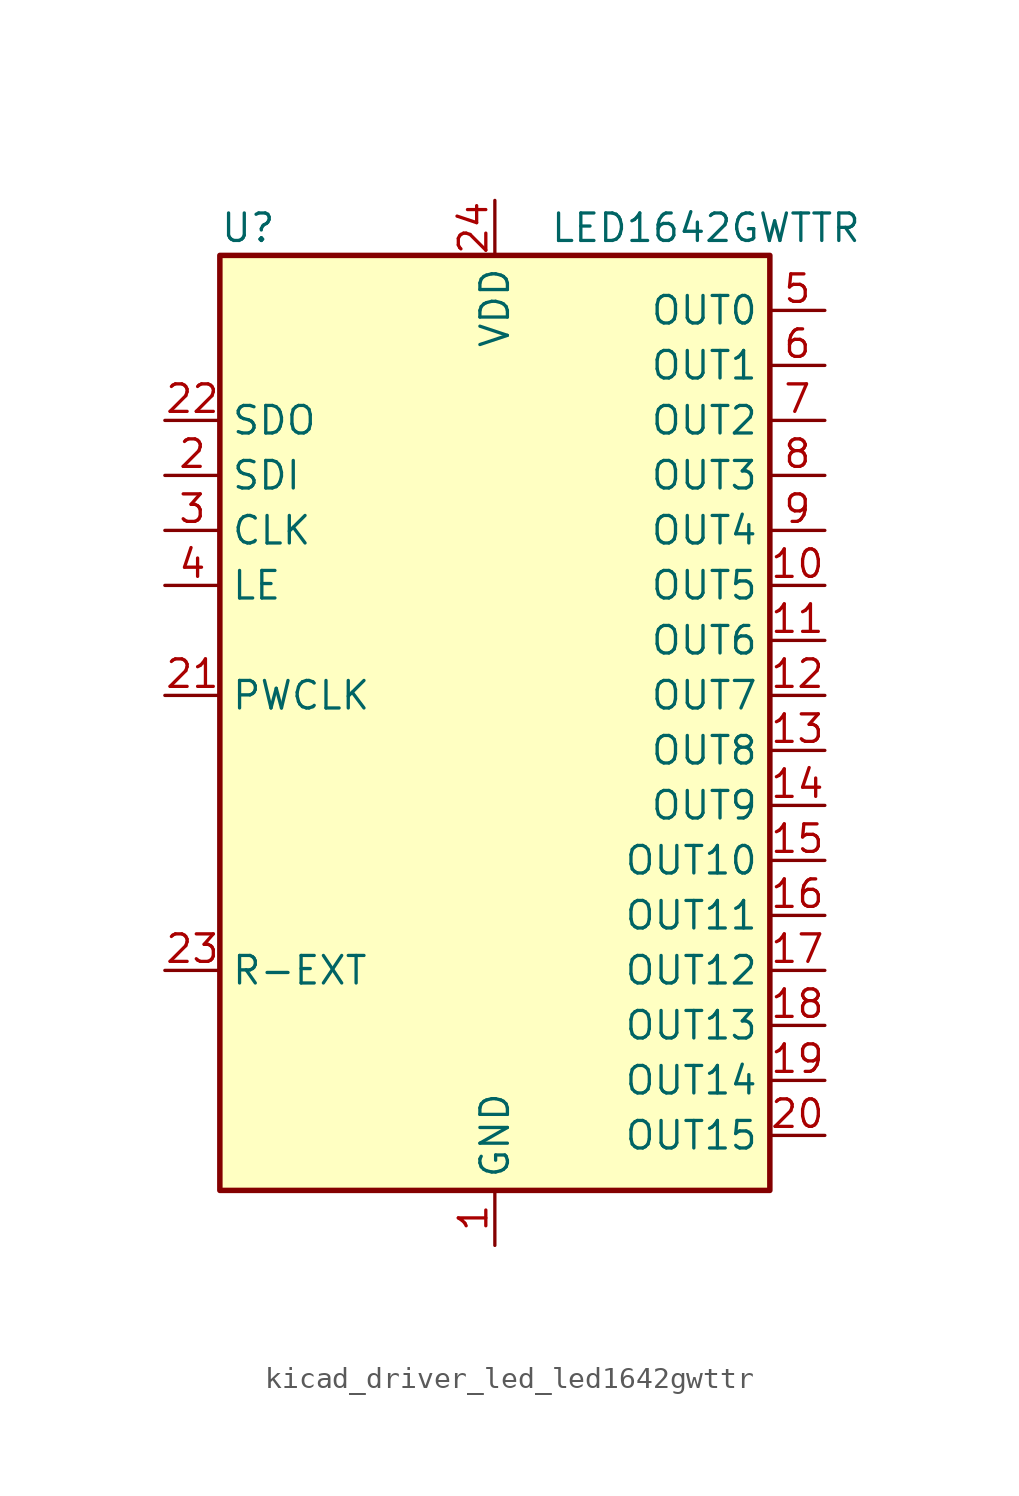
<source format=kicad_sym>
(kicad_symbol_lib
  (version 20220914)
  (generator kicad_symbol_editor)
  (symbol "kicad_driver_led_led1642gwttr"
    (property "Reference" "U"
      (at -12.7 21.59 0)
      (effects (font (size 1.27 1.27)) (justify left)))
    (property "Value" "LED1642GWTTR"
      (at 2.54 21.59 0)
      (effects (font (size 1.27 1.27)) (justify left)))
    (symbol "kicad_driver_led_led1642gwttr_0_1"
      (rectangle (start -12.7 20.32) (end 12.7 -22.86) (stroke (width 0.254) (type default)) (fill (type background))))
    (symbol "kicad_driver_led_led1642gwttr_1_1"
      (pin power_in line (at 0 -25.4 90) (length 2.54) (name "GND" (effects (font (size 1.27 1.27)))) (number "1" (effects (font (size 1.27 1.27)))))
      (pin output line (at 15.24 5.08 180) (length 2.54) (name "OUT5" (effects (font (size 1.27 1.27)))) (number "10" (effects (font (size 1.27 1.27)))))
      (pin output line (at 15.24 2.54 180) (length 2.54) (name "OUT6" (effects (font (size 1.27 1.27)))) (number "11" (effects (font (size 1.27 1.27)))))
      (pin output line (at 15.24 0 180) (length 2.54) (name "OUT7" (effects (font (size 1.27 1.27)))) (number "12" (effects (font (size 1.27 1.27)))))
      (pin output line (at 15.24 -2.54 180) (length 2.54) (name "OUT8" (effects (font (size 1.27 1.27)))) (number "13" (effects (font (size 1.27 1.27)))))
      (pin output line (at 15.24 -5.08 180) (length 2.54) (name "OUT9" (effects (font (size 1.27 1.27)))) (number "14" (effects (font (size 1.27 1.27)))))
      (pin output line (at 15.24 -7.62 180) (length 2.54) (name "OUT10" (effects (font (size 1.27 1.27)))) (number "15" (effects (font (size 1.27 1.27)))))
      (pin output line (at 15.24 -10.16 180) (length 2.54) (name "OUT11" (effects (font (size 1.27 1.27)))) (number "16" (effects (font (size 1.27 1.27)))))
      (pin output line (at 15.24 -12.7 180) (length 2.54) (name "OUT12" (effects (font (size 1.27 1.27)))) (number "17" (effects (font (size 1.27 1.27)))))
      (pin output line (at 15.24 -15.24 180) (length 2.54) (name "OUT13" (effects (font (size 1.27 1.27)))) (number "18" (effects (font (size 1.27 1.27)))))
      (pin output line (at 15.24 -17.78 180) (length 2.54) (name "OUT14" (effects (font (size 1.27 1.27)))) (number "19" (effects (font (size 1.27 1.27)))))
      (pin input line (at -15.24 10.16 0) (length 2.54) (name "SDI" (effects (font (size 1.27 1.27)))) (number "2" (effects (font (size 1.27 1.27)))))
      (pin output line (at 15.24 -20.32 180) (length 2.54) (name "OUT15" (effects (font (size 1.27 1.27)))) (number "20" (effects (font (size 1.27 1.27)))))
      (pin input line (at -15.24 0 0) (length 2.54) (name "PWCLK" (effects (font (size 1.27 1.27)))) (number "21" (effects (font (size 1.27 1.27)))))
      (pin output line (at -15.24 12.7 0) (length 2.54) (name "SDO" (effects (font (size 1.27 1.27)))) (number "22" (effects (font (size 1.27 1.27)))))
      (pin passive line (at -15.24 -12.7 0) (length 2.54) (name "R-EXT" (effects (font (size 1.27 1.27)))) (number "23" (effects (font (size 1.27 1.27)))))
      (pin power_in line (at 0 22.86 270) (length 2.54) (name "VDD" (effects (font (size 1.27 1.27)))) (number "24" (effects (font (size 1.27 1.27)))))
      (pin input line (at -15.24 7.62 0) (length 2.54) (name "CLK" (effects (font (size 1.27 1.27)))) (number "3" (effects (font (size 1.27 1.27)))))
      (pin input line (at -15.24 5.08 0) (length 2.54) (name "LE" (effects (font (size 1.27 1.27)))) (number "4" (effects (font (size 1.27 1.27)))))
      (pin output line (at 15.24 17.78 180) (length 2.54) (name "OUT0" (effects (font (size 1.27 1.27)))) (number "5" (effects (font (size 1.27 1.27)))))
      (pin output line (at 15.24 15.24 180) (length 2.54) (name "OUT1" (effects (font (size 1.27 1.27)))) (number "6" (effects (font (size 1.27 1.27)))))
      (pin output line (at 15.24 12.7 180) (length 2.54) (name "OUT2" (effects (font (size 1.27 1.27)))) (number "7" (effects (font (size 1.27 1.27)))))
      (pin output line (at 15.24 10.16 180) (length 2.54) (name "OUT3" (effects (font (size 1.27 1.27)))) (number "8" (effects (font (size 1.27 1.27)))))
      (pin output line (at 15.24 7.62 180) (length 2.54) (name "OUT4" (effects (font (size 1.27 1.27)))) (number "9" (effects (font (size 1.27 1.27))))))))
</source>
